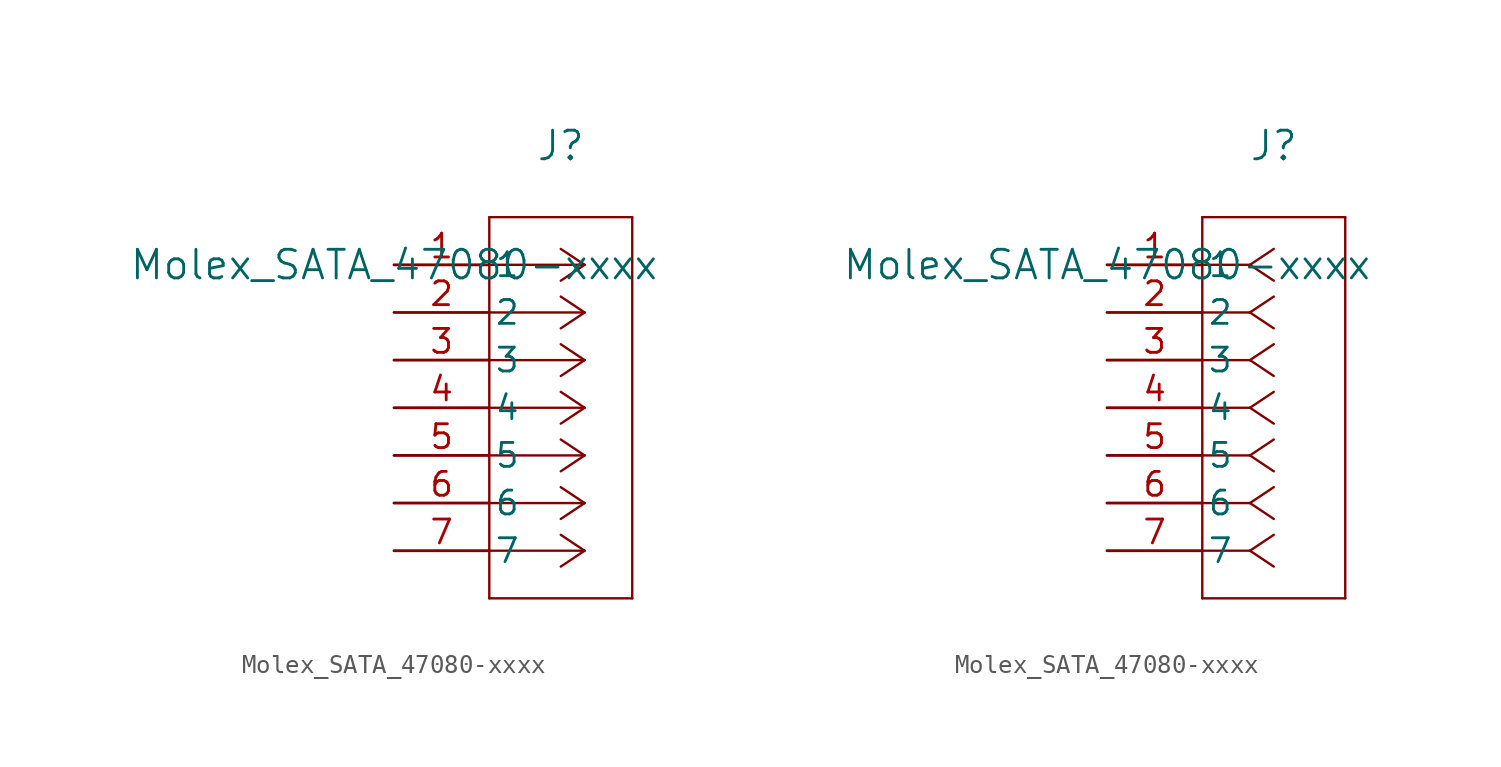
<source format=kicad_sym>
(kicad_symbol_lib
  (version 20241209)
  (generator "kicad_symbol_editor")
  (generator_version "9.0")
  (symbol "Molex_SATA_47080-xxxx"
    (pin_names
      (offset 0.254))
    (property "Reference" "J"
      (at 8.89 6.35 0)
      (effects (font (size 1.524 1.524))))
    (property "Value" "Molex_SATA_47080-xxxx"
      (at 0 0 0)
      (effects (font (size 1.524 1.524))))
    (property "ki_locked" ""
      (at 0 0 0)
      (effects (font (size 1.27 1.27))))
    (symbol "Molex_SATA_47080-xxxx_1_1"
      (polyline (pts (xy 5.08 2.54) (xy 5.08 -17.78)) (stroke (width 0.127) (type default)) (fill (type none)))
      (polyline (pts (xy 5.08 -17.78) (xy 12.7 -17.78)) (stroke (width 0.127) (type default)) (fill (type none)))
      (polyline (pts (xy 10.16 0) (xy 5.08 0)) (stroke (width 0.127) (type default)) (fill (type none)))
      (polyline (pts (xy 10.16 0) (xy 8.89 0.847)) (stroke (width 0.127) (type default)) (fill (type none)))
      (polyline (pts (xy 10.16 0) (xy 8.89 -0.847)) (stroke (width 0.127) (type default)) (fill (type none)))
      (polyline (pts (xy 10.16 -2.54) (xy 5.08 -2.54)) (stroke (width 0.127) (type default)) (fill (type none)))
      (polyline (pts (xy 10.16 -2.54) (xy 8.89 -1.693)) (stroke (width 0.127) (type default)) (fill (type none)))
      (polyline (pts (xy 10.16 -2.54) (xy 8.89 -3.387)) (stroke (width 0.127) (type default)) (fill (type none)))
      (polyline (pts (xy 10.16 -5.08) (xy 5.08 -5.08)) (stroke (width 0.127) (type default)) (fill (type none)))
      (polyline (pts (xy 10.16 -5.08) (xy 8.89 -4.233)) (stroke (width 0.127) (type default)) (fill (type none)))
      (polyline (pts (xy 10.16 -5.08) (xy 8.89 -5.927)) (stroke (width 0.127) (type default)) (fill (type none)))
      (polyline (pts (xy 10.16 -7.62) (xy 5.08 -7.62)) (stroke (width 0.127) (type default)) (fill (type none)))
      (polyline (pts (xy 10.16 -7.62) (xy 8.89 -6.773)) (stroke (width 0.127) (type default)) (fill (type none)))
      (polyline (pts (xy 10.16 -7.62) (xy 8.89 -8.467)) (stroke (width 0.127) (type default)) (fill (type none)))
      (polyline (pts (xy 10.16 -10.16) (xy 5.08 -10.16)) (stroke (width 0.127) (type default)) (fill (type none)))
      (polyline (pts (xy 10.16 -10.16) (xy 8.89 -9.313)) (stroke (width 0.127) (type default)) (fill (type none)))
      (polyline (pts (xy 10.16 -10.16) (xy 8.89 -11.007)) (stroke (width 0.127) (type default)) (fill (type none)))
      (polyline (pts (xy 10.16 -12.7) (xy 5.08 -12.7)) (stroke (width 0.127) (type default)) (fill (type none)))
      (polyline (pts (xy 10.16 -12.7) (xy 8.89 -11.853)) (stroke (width 0.127) (type default)) (fill (type none)))
      (polyline (pts (xy 10.16 -12.7) (xy 8.89 -13.547)) (stroke (width 0.127) (type default)) (fill (type none)))
      (polyline (pts (xy 10.16 -15.24) (xy 5.08 -15.24)) (stroke (width 0.127) (type default)) (fill (type none)))
      (polyline (pts (xy 10.16 -15.24) (xy 8.89 -14.393)) (stroke (width 0.127) (type default)) (fill (type none)))
      (polyline (pts (xy 10.16 -15.24) (xy 8.89 -16.087)) (stroke (width 0.127) (type default)) (fill (type none)))
      (polyline (pts (xy 12.7 2.54) (xy 5.08 2.54)) (stroke (width 0.127) (type default)) (fill (type none)))
      (polyline (pts (xy 12.7 -17.78) (xy 12.7 2.54)) (stroke (width 0.127) (type default)) (fill (type none)))
      (pin unspecified line (at 0 0 0) (length 5.08) (name "1" (effects (font (size 1.27 1.27)))) (number "1" (effects (font (size 1.27 1.27)))))
      (pin unspecified line (at 0 -2.54 0) (length 5.08) (name "2" (effects (font (size 1.27 1.27)))) (number "2" (effects (font (size 1.27 1.27)))))
      (pin unspecified line (at 0 -5.08 0) (length 5.08) (name "3" (effects (font (size 1.27 1.27)))) (number "3" (effects (font (size 1.27 1.27)))))
      (pin unspecified line (at 0 -7.62 0) (length 5.08) (name "4" (effects (font (size 1.27 1.27)))) (number "4" (effects (font (size 1.27 1.27)))))
      (pin unspecified line (at 0 -10.16 0) (length 5.08) (name "5" (effects (font (size 1.27 1.27)))) (number "5" (effects (font (size 1.27 1.27)))))
      (pin unspecified line (at 0 -12.7 0) (length 5.08) (name "6" (effects (font (size 1.27 1.27)))) (number "6" (effects (font (size 1.27 1.27)))))
      (pin unspecified line (at 0 -15.24 0) (length 5.08) (name "7" (effects (font (size 1.27 1.27)))) (number "7" (effects (font (size 1.27 1.27))))))
    (symbol "Molex_SATA_47080-xxxx_1_2"
      (polyline (pts (xy 5.08 2.54) (xy 5.08 -17.78)) (stroke (width 0.127) (type default)) (fill (type none)))
      (polyline (pts (xy 5.08 -17.78) (xy 12.7 -17.78)) (stroke (width 0.127) (type default)) (fill (type none)))
      (polyline (pts (xy 7.62 0) (xy 5.08 0)) (stroke (width 0.127) (type default)) (fill (type none)))
      (polyline (pts (xy 7.62 0) (xy 8.89 0.847)) (stroke (width 0.127) (type default)) (fill (type none)))
      (polyline (pts (xy 7.62 0) (xy 8.89 -0.847)) (stroke (width 0.127) (type default)) (fill (type none)))
      (polyline (pts (xy 7.62 -2.54) (xy 5.08 -2.54)) (stroke (width 0.127) (type default)) (fill (type none)))
      (polyline (pts (xy 7.62 -2.54) (xy 8.89 -1.693)) (stroke (width 0.127) (type default)) (fill (type none)))
      (polyline (pts (xy 7.62 -2.54) (xy 8.89 -3.387)) (stroke (width 0.127) (type default)) (fill (type none)))
      (polyline (pts (xy 7.62 -5.08) (xy 5.08 -5.08)) (stroke (width 0.127) (type default)) (fill (type none)))
      (polyline (pts (xy 7.62 -5.08) (xy 8.89 -4.233)) (stroke (width 0.127) (type default)) (fill (type none)))
      (polyline (pts (xy 7.62 -5.08) (xy 8.89 -5.927)) (stroke (width 0.127) (type default)) (fill (type none)))
      (polyline (pts (xy 7.62 -7.62) (xy 5.08 -7.62)) (stroke (width 0.127) (type default)) (fill (type none)))
      (polyline (pts (xy 7.62 -7.62) (xy 8.89 -6.773)) (stroke (width 0.127) (type default)) (fill (type none)))
      (polyline (pts (xy 7.62 -7.62) (xy 8.89 -8.467)) (stroke (width 0.127) (type default)) (fill (type none)))
      (polyline (pts (xy 7.62 -10.16) (xy 5.08 -10.16)) (stroke (width 0.127) (type default)) (fill (type none)))
      (polyline (pts (xy 7.62 -10.16) (xy 8.89 -9.313)) (stroke (width 0.127) (type default)) (fill (type none)))
      (polyline (pts (xy 7.62 -10.16) (xy 8.89 -11.007)) (stroke (width 0.127) (type default)) (fill (type none)))
      (polyline (pts (xy 7.62 -12.7) (xy 5.08 -12.7)) (stroke (width 0.127) (type default)) (fill (type none)))
      (polyline (pts (xy 7.62 -12.7) (xy 8.89 -11.853)) (stroke (width 0.127) (type default)) (fill (type none)))
      (polyline (pts (xy 7.62 -12.7) (xy 8.89 -13.547)) (stroke (width 0.127) (type default)) (fill (type none)))
      (polyline (pts (xy 7.62 -15.24) (xy 5.08 -15.24)) (stroke (width 0.127) (type default)) (fill (type none)))
      (polyline (pts (xy 7.62 -15.24) (xy 8.89 -14.393)) (stroke (width 0.127) (type default)) (fill (type none)))
      (polyline (pts (xy 7.62 -15.24) (xy 8.89 -16.087)) (stroke (width 0.127) (type default)) (fill (type none)))
      (polyline (pts (xy 12.7 2.54) (xy 5.08 2.54)) (stroke (width 0.127) (type default)) (fill (type none)))
      (polyline (pts (xy 12.7 -17.78) (xy 12.7 2.54)) (stroke (width 0.127) (type default)) (fill (type none)))
      (pin unspecified line (at 0 0 0) (length 5.08) (name "1" (effects (font (size 1.27 1.27)))) (number "1" (effects (font (size 1.27 1.27)))))
      (pin unspecified line (at 0 -2.54 0) (length 5.08) (name "2" (effects (font (size 1.27 1.27)))) (number "2" (effects (font (size 1.27 1.27)))))
      (pin unspecified line (at 0 -5.08 0) (length 5.08) (name "3" (effects (font (size 1.27 1.27)))) (number "3" (effects (font (size 1.27 1.27)))))
      (pin unspecified line (at 0 -7.62 0) (length 5.08) (name "4" (effects (font (size 1.27 1.27)))) (number "4" (effects (font (size 1.27 1.27)))))
      (pin unspecified line (at 0 -10.16 0) (length 5.08) (name "5" (effects (font (size 1.27 1.27)))) (number "5" (effects (font (size 1.27 1.27)))))
      (pin unspecified line (at 0 -12.7 0) (length 5.08) (name "6" (effects (font (size 1.27 1.27)))) (number "6" (effects (font (size 1.27 1.27)))))
      (pin unspecified line (at 0 -15.24 0) (length 5.08) (name "7" (effects (font (size 1.27 1.27)))) (number "7" (effects (font (size 1.27 1.27))))))))
</source>
